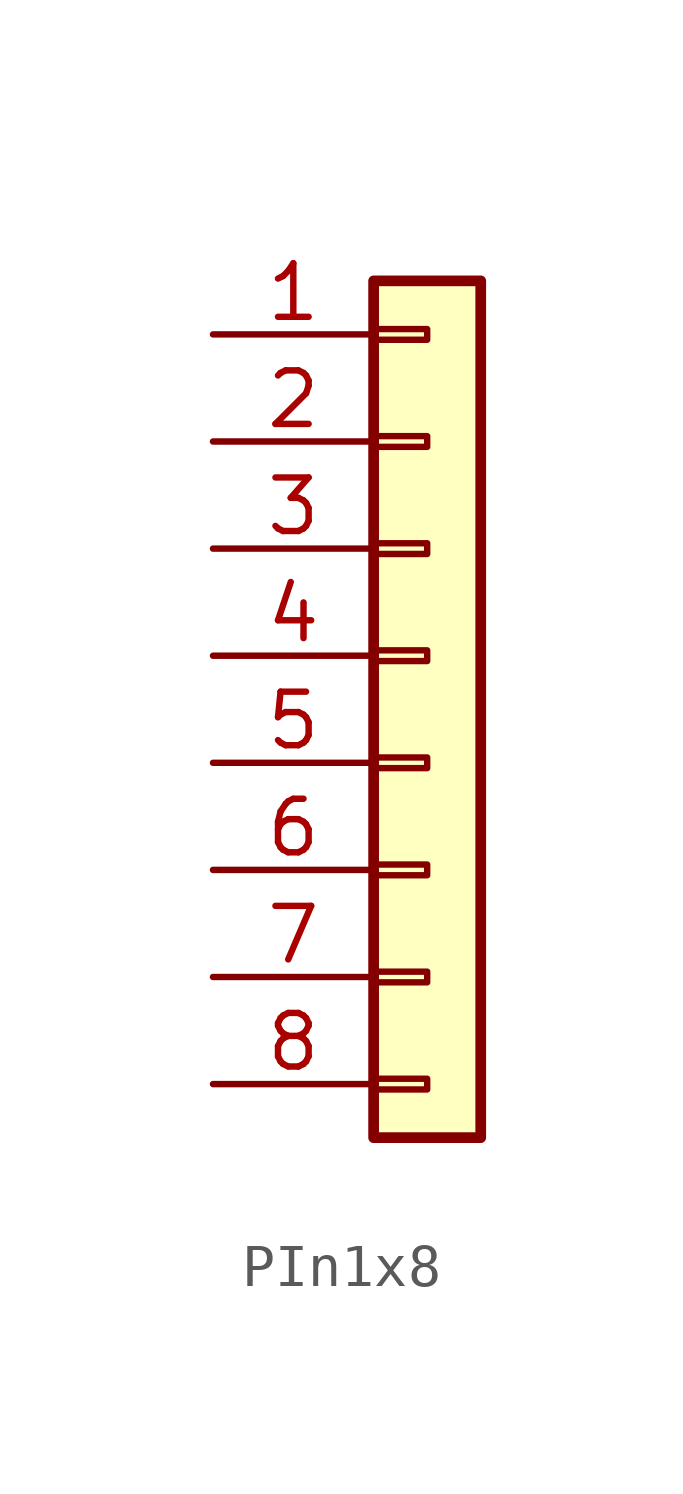
<source format=kicad_sym>
(kicad_symbol_lib
  (version 20241209)
  (generator "kicad_symbol_editor")
  (generator_version "9.0")
  (symbol "PIn1x8"
    (pin_names
      (offset 1.016)
      (hide yes))
    (property "Reference" "J"
      (at 0 12.7 0)
      (effects (font (size 1.27 1.27)) (hide yes)))
    (symbol "PIn1x8_1_1"
      (rectangle (start -1.27 11.43) (end 1.27 -8.89) (stroke (width 0.254) (type default)) (fill (type background)))
      (rectangle (start -1.27 10.287) (end 0 10.033) (stroke (width 0.152) (type default)) (fill (type none)))
      (rectangle (start -1.27 7.747) (end 0 7.493) (stroke (width 0.152) (type default)) (fill (type none)))
      (rectangle (start -1.27 5.207) (end 0 4.953) (stroke (width 0.152) (type default)) (fill (type none)))
      (rectangle (start -1.27 2.667) (end 0 2.413) (stroke (width 0.152) (type default)) (fill (type none)))
      (rectangle (start -1.27 0.127) (end 0 -0.127) (stroke (width 0.152) (type default)) (fill (type none)))
      (rectangle (start -1.27 -2.413) (end 0 -2.667) (stroke (width 0.152) (type default)) (fill (type none)))
      (rectangle (start -1.27 -4.953) (end 0 -5.207) (stroke (width 0.152) (type default)) (fill (type none)))
      (rectangle (start -1.27 -7.493) (end 0 -7.747) (stroke (width 0.152) (type default)) (fill (type none)))
      (pin passive line (at -5.08 10.16 0) (length 3.81) (name "Pin_1" (effects (font (size 1.27 1.27)))) (number "1" (effects (font (size 1.27 1.27)))))
      (pin passive line (at -5.08 7.62 0) (length 3.81) (name "Pin_2" (effects (font (size 1.27 1.27)))) (number "2" (effects (font (size 1.27 1.27)))))
      (pin passive line (at -5.08 5.08 0) (length 3.81) (name "Pin_3" (effects (font (size 1.27 1.27)))) (number "3" (effects (font (size 1.27 1.27)))))
      (pin passive line (at -5.08 2.54 0) (length 3.81) (name "Pin_4" (effects (font (size 1.27 1.27)))) (number "4" (effects (font (size 1.27 1.27)))))
      (pin passive line (at -5.08 0 0) (length 3.81) (name "Pin_5" (effects (font (size 1.27 1.27)))) (number "5" (effects (font (size 1.27 1.27)))))
      (pin passive line (at -5.08 -2.54 0) (length 3.81) (name "Pin_6" (effects (font (size 1.27 1.27)))) (number "6" (effects (font (size 1.27 1.27)))))
      (pin passive line (at -5.08 -5.08 0) (length 3.81) (name "Pin_7" (effects (font (size 1.27 1.27)))) (number "7" (effects (font (size 1.27 1.27)))))
      (pin passive line (at -5.08 -7.62 0) (length 3.81) (name "Pin_8" (effects (font (size 1.27 1.27)))) (number "8" (effects (font (size 1.27 1.27))))))))
</source>
